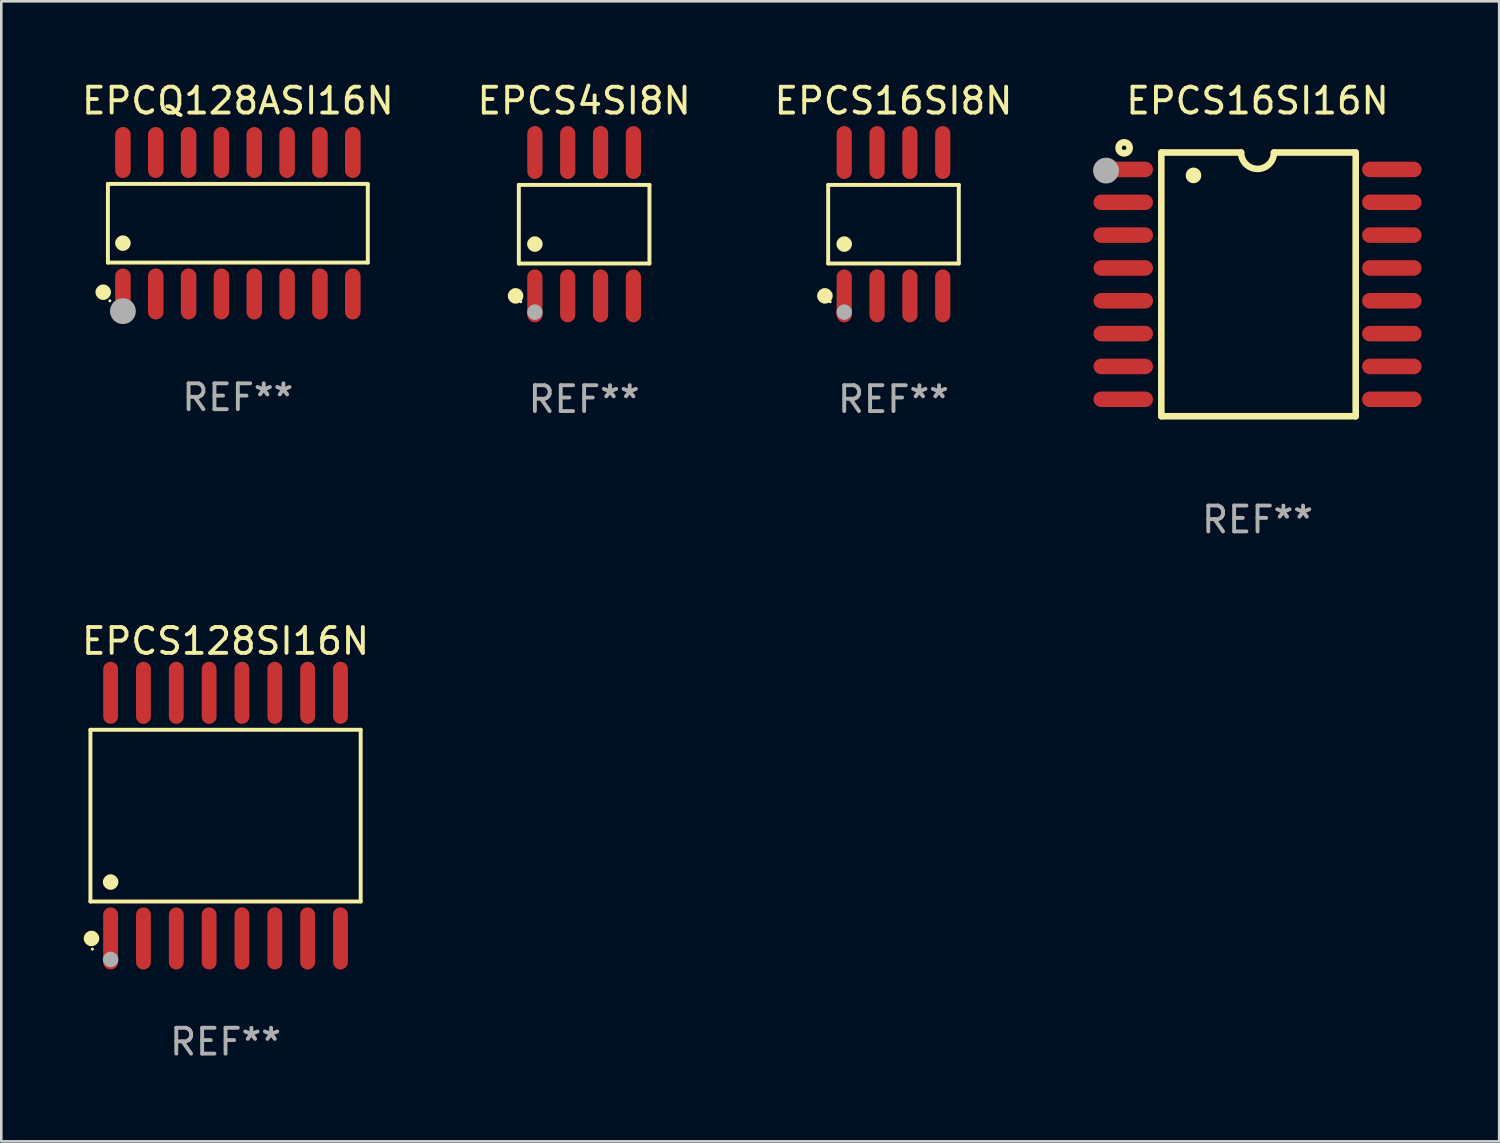
<source format=kicad_pcb>
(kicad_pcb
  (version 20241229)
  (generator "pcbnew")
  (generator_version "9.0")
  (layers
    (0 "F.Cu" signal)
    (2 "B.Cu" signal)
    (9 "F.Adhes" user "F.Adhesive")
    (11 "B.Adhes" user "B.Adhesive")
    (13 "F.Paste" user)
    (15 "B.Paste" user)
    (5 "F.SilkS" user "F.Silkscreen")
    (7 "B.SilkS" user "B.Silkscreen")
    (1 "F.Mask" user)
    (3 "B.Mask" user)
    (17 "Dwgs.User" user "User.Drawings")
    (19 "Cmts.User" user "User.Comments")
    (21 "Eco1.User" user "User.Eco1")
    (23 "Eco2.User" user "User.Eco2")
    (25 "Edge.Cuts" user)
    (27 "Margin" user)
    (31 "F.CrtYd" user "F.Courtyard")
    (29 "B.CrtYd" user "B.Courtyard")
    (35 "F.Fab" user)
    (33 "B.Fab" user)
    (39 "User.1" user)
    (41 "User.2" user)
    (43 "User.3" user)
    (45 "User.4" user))
  (footprint "EPCS16SI8N"
    (layer "F.Cu")
    (at 31.506 5.621)
    (property "Reference" "EPCS16SI8N" (at 0 -4.772 0) (layer "F.SilkS") (effects (font (size 1 1) (thickness 0.15))))
    (attr through_hole)
    (fp_line (start -2.526 -1.521) (end 2.526 -1.521) (stroke (width 0.152) (type solid)) (layer "F.SilkS"))
    (fp_line (start -2.526 1.521) (end -2.526 -1.521) (stroke (width 0.152) (type solid)) (layer "F.SilkS"))
    (fp_line (start 2.526 -1.521) (end 2.526 1.521) (stroke (width 0.152) (type solid)) (layer "F.SilkS"))
    (fp_line (start 2.526 1.521) (end -2.526 1.521) (stroke (width 0.152) (type solid)) (layer "F.SilkS"))
    (fp_circle (center -2.652 2.772) (end -2.501 2.772) (stroke (width 0.3) (type solid)) (fill no) (layer "F.SilkS"))
    (fp_circle (center -2.45 3) (end -2.42 3) (stroke (width 0.06) (type solid)) (fill no) (layer "F.SilkS"))
    (fp_circle (center -1.905 0.769) (end -1.755 0.769) (stroke (width 0.3) (type solid)) (fill no) (layer "F.SilkS"))
    (fp_circle (center -1.905 3.4) (end -1.755 3.4) (stroke (width 0.3) (type solid)) (fill no) (layer "F.Fab"))
    (fp_text user "REF**" (at 0 6.772 0) (layer "F.Fab") (effects (font (size 1 1) (thickness 0.15))))
    (pad "1" smd oval (at -1.905 2.772) (size 0.588 2.045) (layers "F.Cu" "F.Mask" "F.Paste"))
    (pad "2" smd oval (at -0.635 2.772) (size 0.588 2.045) (layers "F.Cu" "F.Mask" "F.Paste"))
    (pad "3" smd oval (at 0.635 2.772) (size 0.588 2.045) (layers "F.Cu" "F.Mask" "F.Paste"))
    (pad "4" smd oval (at 1.905 2.772) (size 0.588 2.045) (layers "F.Cu" "F.Mask" "F.Paste"))
    (pad "5" smd oval (at 1.905 -2.772) (size 0.588 2.045) (layers "F.Cu" "F.Mask" "F.Paste"))
    (pad "6" smd oval (at 0.635 -2.772) (size 0.588 2.045) (layers "F.Cu" "F.Mask" "F.Paste"))
    (pad "7" smd oval (at -0.635 -2.772) (size 0.588 2.045) (layers "F.Cu" "F.Mask" "F.Paste"))
    (pad "8" smd oval (at -1.905 -2.772) (size 0.588 2.045) (layers "F.Cu" "F.Mask" "F.Paste")))
  (footprint "EPCQ128ASI16N"
    (layer "F.Cu")
    (at 6.149 5.584)
    (property "Reference" "EPCQ128ASI16N" (at 0 -4.736 0) (layer "F.SilkS") (effects (font (size 1 1) (thickness 0.15))))
    (attr through_hole)
    (fp_line (start -5.026 -1.521) (end 5.026 -1.521) (stroke (width 0.152) (type solid)) (layer "F.SilkS"))
    (fp_line (start -5.026 1.521) (end -5.026 -1.521) (stroke (width 0.152) (type solid)) (layer "F.SilkS"))
    (fp_line (start 5.026 -1.521) (end 5.026 1.521) (stroke (width 0.152) (type solid)) (layer "F.SilkS"))
    (fp_line (start 5.026 1.521) (end -5.026 1.521) (stroke (width 0.152) (type solid)) (layer "F.SilkS"))
    (fp_circle (center -5.207 2.667) (end -5.057 2.667) (stroke (width 0.3) (type solid)) (fill no) (layer "F.SilkS"))
    (fp_circle (center -4.95 3) (end -4.92 3) (stroke (width 0.06) (type solid)) (fill no) (layer "F.SilkS"))
    (fp_circle (center -4.445 0.769) (end -4.295 0.769) (stroke (width 0.3) (type solid)) (fill no) (layer "F.SilkS"))
    (fp_circle (center -4.445 3.4) (end -4.195 3.4) (stroke (width 0.5) (type solid)) (fill no) (layer "F.Fab"))
    (fp_text user "REF**" (at 0 6.736 0) (layer "F.Fab") (effects (font (size 1 1) (thickness 0.15))))
    (pad "1" smd oval (at -4.445 2.736) (size 0.602 1.971) (layers "F.Cu" "F.Mask" "F.Paste"))
    (pad "2" smd oval (at -3.175 2.736) (size 0.602 1.971) (layers "F.Cu" "F.Mask" "F.Paste"))
    (pad "3" smd oval (at -1.905 2.736) (size 0.602 1.971) (layers "F.Cu" "F.Mask" "F.Paste"))
    (pad "4" smd oval (at -0.635 2.736) (size 0.602 1.971) (layers "F.Cu" "F.Mask" "F.Paste"))
    (pad "5" smd oval (at 0.635 2.736) (size 0.602 1.971) (layers "F.Cu" "F.Mask" "F.Paste"))
    (pad "6" smd oval (at 1.905 2.736) (size 0.602 1.971) (layers "F.Cu" "F.Mask" "F.Paste"))
    (pad "7" smd oval (at 3.175 2.736) (size 0.602 1.971) (layers "F.Cu" "F.Mask" "F.Paste"))
    (pad "8" smd oval (at 4.445 2.736) (size 0.602 1.971) (layers "F.Cu" "F.Mask" "F.Paste"))
    (pad "9" smd oval (at 4.445 -2.736) (size 0.602 1.971) (layers "F.Cu" "F.Mask" "F.Paste"))
    (pad "10" smd oval (at 3.175 -2.736) (size 0.602 1.971) (layers "F.Cu" "F.Mask" "F.Paste"))
    (pad "11" smd oval (at 1.905 -2.736) (size 0.602 1.971) (layers "F.Cu" "F.Mask" "F.Paste"))
    (pad "12" smd oval (at 0.635 -2.736) (size 0.602 1.971) (layers "F.Cu" "F.Mask" "F.Paste"))
    (pad "13" smd oval (at -0.635 -2.736) (size 0.602 1.971) (layers "F.Cu" "F.Mask" "F.Paste"))
    (pad "14" smd oval (at -1.905 -2.736) (size 0.602 1.971) (layers "F.Cu" "F.Mask" "F.Paste"))
    (pad "15" smd oval (at -3.175 -2.736) (size 0.602 1.971) (layers "F.Cu" "F.Mask" "F.Paste"))
    (pad "16" smd oval (at -4.445 -2.736) (size 0.602 1.971) (layers "F.Cu" "F.Mask" "F.Paste")))
  (footprint "EPCS128SI16N"
    (layer "F.Cu")
    (at 5.673 28.495)
    (property "Reference" "EPCS128SI16N" (at 0 -6.75 0) (layer "F.SilkS") (effects (font (size 1 1) (thickness 0.15))))
    (attr through_hole)
    (fp_line (start -5.226 -3.321) (end 5.226 -3.321) (stroke (width 0.152) (type solid)) (layer "F.SilkS"))
    (fp_line (start -5.226 3.321) (end -5.226 -3.321) (stroke (width 0.152) (type solid)) (layer "F.SilkS"))
    (fp_line (start 5.226 -3.321) (end 5.226 3.321) (stroke (width 0.152) (type solid)) (layer "F.SilkS"))
    (fp_line (start 5.226 3.321) (end -5.226 3.321) (stroke (width 0.152) (type solid)) (layer "F.SilkS"))
    (fp_circle (center -5.184 4.75) (end -5.034 4.75) (stroke (width 0.3) (type solid)) (fill no) (layer "F.SilkS"))
    (fp_circle (center -5.15 5.163) (end -5.12 5.163) (stroke (width 0.06) (type solid)) (fill no) (layer "F.SilkS"))
    (fp_circle (center -4.445 2.569) (end -4.295 2.569) (stroke (width 0.3) (type solid)) (fill no) (layer "F.SilkS"))
    (fp_circle (center -4.445 5.563) (end -4.295 5.563) (stroke (width 0.3) (type solid)) (fill no) (layer "F.Fab"))
    (fp_text user "REF**" (at 0 8.75 0) (layer "F.Fab") (effects (font (size 1 1) (thickness 0.15))))
    (pad "1" smd oval (at -4.445 4.75) (size 0.574 2.401) (layers "F.Cu" "F.Mask" "F.Paste"))
    (pad "2" smd oval (at -3.175 4.75) (size 0.574 2.401) (layers "F.Cu" "F.Mask" "F.Paste"))
    (pad "3" smd oval (at -1.905 4.75) (size 0.574 2.401) (layers "F.Cu" "F.Mask" "F.Paste"))
    (pad "4" smd oval (at -0.635 4.75) (size 0.574 2.401) (layers "F.Cu" "F.Mask" "F.Paste"))
    (pad "5" smd oval (at 0.635 4.75) (size 0.574 2.401) (layers "F.Cu" "F.Mask" "F.Paste"))
    (pad "6" smd oval (at 1.905 4.75) (size 0.574 2.401) (layers "F.Cu" "F.Mask" "F.Paste"))
    (pad "7" smd oval (at 3.175 4.75) (size 0.574 2.401) (layers "F.Cu" "F.Mask" "F.Paste"))
    (pad "8" smd oval (at 4.445 4.75) (size 0.574 2.401) (layers "F.Cu" "F.Mask" "F.Paste"))
    (pad "9" smd oval (at 4.445 -4.75) (size 0.574 2.401) (layers "F.Cu" "F.Mask" "F.Paste"))
    (pad "10" smd oval (at 3.175 -4.75) (size 0.574 2.401) (layers "F.Cu" "F.Mask" "F.Paste"))
    (pad "11" smd oval (at 1.905 -4.75) (size 0.574 2.401) (layers "F.Cu" "F.Mask" "F.Paste"))
    (pad "12" smd oval (at 0.635 -4.75) (size 0.574 2.401) (layers "F.Cu" "F.Mask" "F.Paste"))
    (pad "13" smd oval (at -0.635 -4.75) (size 0.574 2.401) (layers "F.Cu" "F.Mask" "F.Paste"))
    (pad "14" smd oval (at -1.905 -4.75) (size 0.574 2.401) (layers "F.Cu" "F.Mask" "F.Paste"))
    (pad "15" smd oval (at -3.175 -4.75) (size 0.574 2.401) (layers "F.Cu" "F.Mask" "F.Paste"))
    (pad "16" smd oval (at -4.445 -4.75) (size 0.574 2.401) (layers "F.Cu" "F.Mask" "F.Paste")))
  (footprint "EPCS4SI8N"
    (layer "F.Cu")
    (at 19.542 5.621)
    (property "Reference" "EPCS4SI8N" (at 0 -4.772 0) (layer "F.SilkS") (effects (font (size 1 1) (thickness 0.15))))
    (attr through_hole)
    (fp_line (start -2.526 -1.521) (end 2.526 -1.521) (stroke (width 0.152) (type solid)) (layer "F.SilkS"))
    (fp_line (start -2.526 1.521) (end -2.526 -1.521) (stroke (width 0.152) (type solid)) (layer "F.SilkS"))
    (fp_line (start 2.526 -1.521) (end 2.526 1.521) (stroke (width 0.152) (type solid)) (layer "F.SilkS"))
    (fp_line (start 2.526 1.521) (end -2.526 1.521) (stroke (width 0.152) (type solid)) (layer "F.SilkS"))
    (fp_circle (center -2.652 2.772) (end -2.501 2.772) (stroke (width 0.3) (type solid)) (fill no) (layer "F.SilkS"))
    (fp_circle (center -2.45 3) (end -2.42 3) (stroke (width 0.06) (type solid)) (fill no) (layer "F.SilkS"))
    (fp_circle (center -1.905 0.769) (end -1.755 0.769) (stroke (width 0.3) (type solid)) (fill no) (layer "F.SilkS"))
    (fp_circle (center -1.905 3.4) (end -1.755 3.4) (stroke (width 0.3) (type solid)) (fill no) (layer "F.Fab"))
    (fp_text user "REF**" (at 0 6.772 0) (layer "F.Fab") (effects (font (size 1 1) (thickness 0.15))))
    (pad "1" smd oval (at -1.905 2.772) (size 0.588 2.045) (layers "F.Cu" "F.Mask" "F.Paste"))
    (pad "2" smd oval (at -0.635 2.772) (size 0.588 2.045) (layers "F.Cu" "F.Mask" "F.Paste"))
    (pad "3" smd oval (at 0.635 2.772) (size 0.588 2.045) (layers "F.Cu" "F.Mask" "F.Paste"))
    (pad "4" smd oval (at 1.905 2.772) (size 0.588 2.045) (layers "F.Cu" "F.Mask" "F.Paste"))
    (pad "5" smd oval (at 1.905 -2.772) (size 0.588 2.045) (layers "F.Cu" "F.Mask" "F.Paste"))
    (pad "6" smd oval (at 0.635 -2.772) (size 0.588 2.045) (layers "F.Cu" "F.Mask" "F.Paste"))
    (pad "7" smd oval (at -0.635 -2.772) (size 0.588 2.045) (layers "F.Cu" "F.Mask" "F.Paste"))
    (pad "8" smd oval (at -1.905 -2.772) (size 0.588 2.045) (layers "F.Cu" "F.Mask" "F.Paste")))
  (footprint "EPCS16SI16N"
    (layer "F.Cu")
    (at 45.586 7.948)
    (property "Reference" "EPCS16SI16N" (at 0 -7.1 0) (layer "F.SilkS") (effects (font (size 1 1) (thickness 0.15))))
    (attr through_hole)
    (fp_line (start -3.721 -5.1) (end -3.721 5.1) (stroke (width 0.254) (type solid)) (layer "F.SilkS"))
    (fp_line (start -3.721 -5.1) (end -0.635 -5.1) (stroke (width 0.254) (type solid)) (layer "F.SilkS"))
    (fp_line (start -3.721 5.1) (end 3.797 5.1) (stroke (width 0.254) (type solid)) (layer "F.SilkS"))
    (fp_line (start 3.797 -5.1) (end 0.635 -5.1) (stroke (width 0.254) (type solid)) (layer "F.SilkS"))
    (fp_line (start 3.797 5.1) (end 3.797 -5.1) (stroke (width 0.254) (type solid)) (layer "F.SilkS"))
    (fp_arc (start -2.476556 -4.211328) (mid -2.476567 -4.213868) (end -2.476556 -4.216408) (stroke (width 0.6) (type solid)) (layer "F.SilkS"))
    (fp_arc (start 0.63495 -5.100076) (mid -0.000178 -4.465329) (end -0.635052 -5.10033) (stroke (width 0.254001) (type solid)) (layer "F.SilkS"))
    (fp_circle (center -5.16 -5.28) (end -4.945 -5.28) (stroke (width 0.254) (type solid)) (fill no) (layer "F.SilkS"))
    (fp_circle (center -5.15 -5.15) (end -5.12 -5.15) (stroke (width 0.06) (type solid)) (fill no) (layer "F.SilkS"))
    (fp_circle (center -5.86 -4.4) (end -5.61 -4.4) (stroke (width 0.5) (type solid)) (fill no) (layer "F.Fab"))
    (fp_text user "REF**" (at 0 9.1 0) (layer "F.Fab") (effects (font (size 1 1) (thickness 0.15))))
    (pad "1" smd oval (at -5.194 -4.445) (size 2.3 0.6) (layers "F.Cu" "F.Mask" "F.Paste"))
    (pad "2" smd oval (at -5.194 -3.175) (size 2.3 0.6) (layers "F.Cu" "F.Mask" "F.Paste"))
    (pad "3" smd oval (at -5.194 -1.905) (size 2.3 0.6) (layers "F.Cu" "F.Mask" "F.Paste"))
    (pad "4" smd oval (at -5.194 -0.635) (size 2.3 0.6) (layers "F.Cu" "F.Mask" "F.Paste"))
    (pad "5" smd oval (at -5.194 0.635) (size 2.3 0.6) (layers "F.Cu" "F.Mask" "F.Paste"))
    (pad "6" smd oval (at -5.194 1.905) (size 2.3 0.6) (layers "F.Cu" "F.Mask" "F.Paste"))
    (pad "7" smd oval (at -5.194 3.175) (size 2.3 0.6) (layers "F.Cu" "F.Mask" "F.Paste"))
    (pad "8" smd oval (at -5.194 4.445) (size 2.3 0.6) (layers "F.Cu" "F.Mask" "F.Paste"))
    (pad "9" smd oval (at 5.194 4.445) (size 2.3 0.6) (layers "F.Cu" "F.Mask" "F.Paste"))
    (pad "10" smd oval (at 5.194 3.175) (size 2.3 0.6) (layers "F.Cu" "F.Mask" "F.Paste"))
    (pad "11" smd oval (at 5.194 1.905) (size 2.3 0.6) (layers "F.Cu" "F.Mask" "F.Paste"))
    (pad "12" smd oval (at 5.194 0.635) (size 2.3 0.6) (layers "F.Cu" "F.Mask" "F.Paste"))
    (pad "13" smd oval (at 5.194 -0.635) (size 2.3 0.6) (layers "F.Cu" "F.Mask" "F.Paste"))
    (pad "14" smd oval (at 5.194 -1.905) (size 2.3 0.6) (layers "F.Cu" "F.Mask" "F.Paste"))
    (pad "15" smd oval (at 5.194 -3.175) (size 2.3 0.6) (layers "F.Cu" "F.Mask" "F.Paste"))
    (pad "16" smd oval (at 5.194 -4.445) (size 2.3 0.6) (layers "F.Cu" "F.Mask" "F.Paste")))
  (gr_rect
    (start -3 -3)
    (end 54.931 41.094)
    (stroke (width 0.1) (type default))
    (fill no)
    (layer "Edge.Cuts")))
</source>
